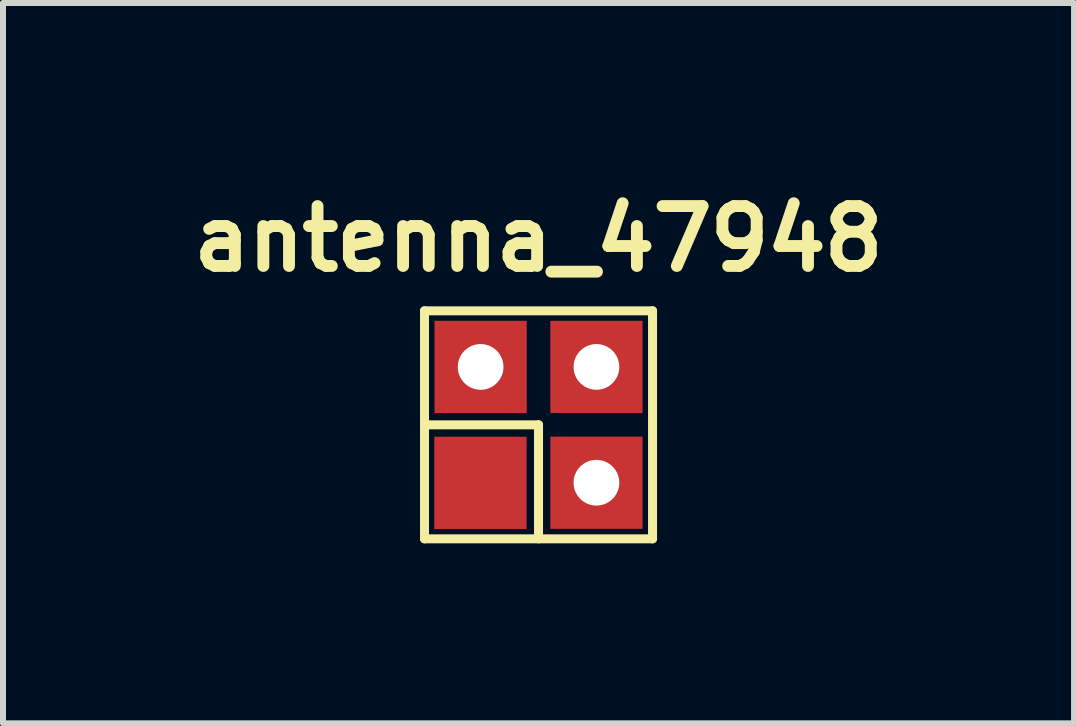
<source format=kicad_pcb>
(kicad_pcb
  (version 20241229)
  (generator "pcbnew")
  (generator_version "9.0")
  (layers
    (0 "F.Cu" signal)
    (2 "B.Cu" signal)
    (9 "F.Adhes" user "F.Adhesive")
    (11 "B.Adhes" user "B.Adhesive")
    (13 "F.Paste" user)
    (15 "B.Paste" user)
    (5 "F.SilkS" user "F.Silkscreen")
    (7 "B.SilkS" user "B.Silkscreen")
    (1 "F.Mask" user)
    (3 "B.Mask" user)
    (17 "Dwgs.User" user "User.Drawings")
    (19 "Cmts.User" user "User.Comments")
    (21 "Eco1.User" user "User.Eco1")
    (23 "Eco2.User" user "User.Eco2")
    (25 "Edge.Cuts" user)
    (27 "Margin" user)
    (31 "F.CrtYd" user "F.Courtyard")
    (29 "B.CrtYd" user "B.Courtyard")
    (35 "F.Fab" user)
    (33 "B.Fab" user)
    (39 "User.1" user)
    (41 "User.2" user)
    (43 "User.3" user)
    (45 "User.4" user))
  (footprint "antenna_47948"
    (layer "F.Cu")
    (at 5.925 4.03)
    (property "Reference" "antenna_47948" (at 0 -3.099 0) (layer "F.SilkS") (effects (font (size 0.998 0.998) (thickness 0.198))))
    (attr through_hole)
    (fp_line (start -1.9 -1.9) (end 1.9 -1.9) (stroke (width 0.15) (type solid)) (layer "F.SilkS"))
    (fp_line (start -1.9 0) (end 0 0) (stroke (width 0.15) (type solid)) (layer "F.SilkS"))
    (fp_line (start -1.9 1.9) (end -1.9 -1.9) (stroke (width 0.15) (type solid)) (layer "F.SilkS"))
    (fp_line (start 0 0) (end 0 1.9) (stroke (width 0.15) (type solid)) (layer "F.SilkS"))
    (fp_line (start 1.9 -1.9) (end 1.9 1.9) (stroke (width 0.15) (type solid)) (layer "F.SilkS"))
    (fp_line (start 1.9 1.9) (end -1.9 1.9) (stroke (width 0.15) (type solid)) (layer "F.SilkS"))
    (pad "" np_thru_hole rect (at -0.965 -0.965) (size 1.537 1.537) (drill 0.762) (layers "F.Cu" "F.Mask" "F.Paste"))
    (pad "" np_thru_hole rect (at 0.965 -0.965) (size 1.537 1.537) (drill 0.762) (layers "F.Cu" "F.Mask" "F.Paste"))
    (pad "" np_thru_hole rect (at 0.965 0.965) (size 1.537 1.537) (drill 0.762) (layers "F.Cu" "F.Mask" "F.Paste"))
    (pad "1" smd rect (at -0.968 0.968) (size 1.539 1.539) (layers "F.Cu" "F.Mask" "F.Paste")))
  (gr_rect
    (start -3 -3)
    (end 14.85 9.005)
    (stroke (width 0.1) (type default))
    (fill no)
    (layer "Edge.Cuts")))
</source>
